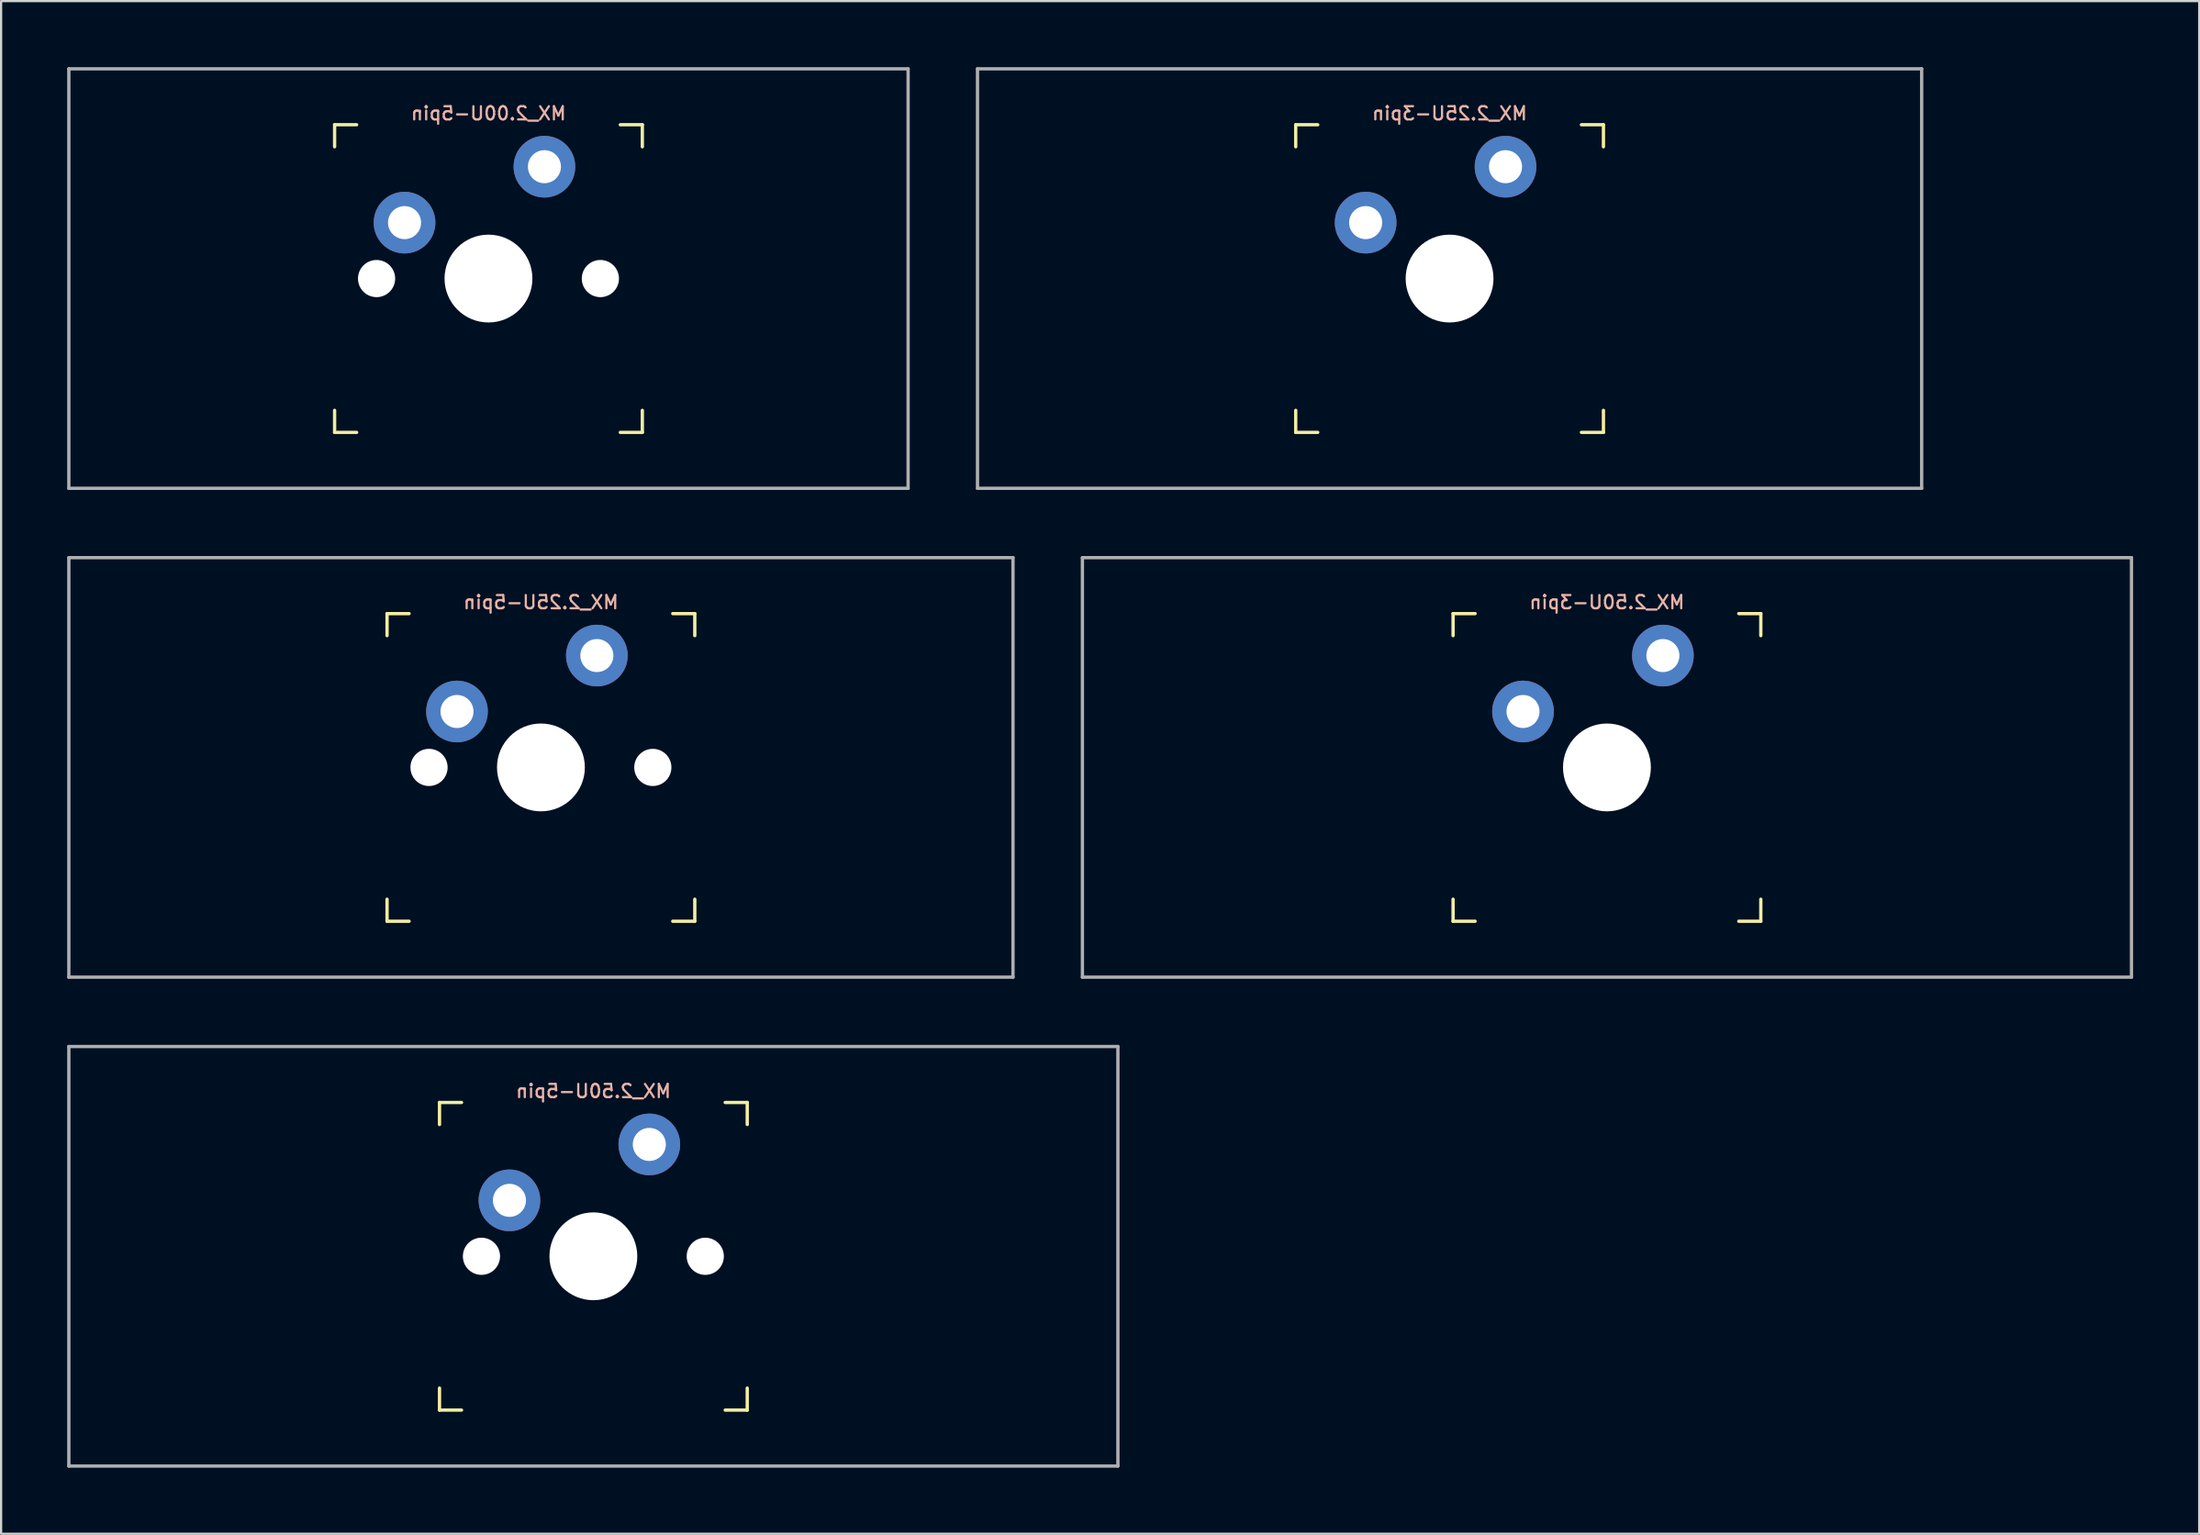
<source format=kicad_pcb>
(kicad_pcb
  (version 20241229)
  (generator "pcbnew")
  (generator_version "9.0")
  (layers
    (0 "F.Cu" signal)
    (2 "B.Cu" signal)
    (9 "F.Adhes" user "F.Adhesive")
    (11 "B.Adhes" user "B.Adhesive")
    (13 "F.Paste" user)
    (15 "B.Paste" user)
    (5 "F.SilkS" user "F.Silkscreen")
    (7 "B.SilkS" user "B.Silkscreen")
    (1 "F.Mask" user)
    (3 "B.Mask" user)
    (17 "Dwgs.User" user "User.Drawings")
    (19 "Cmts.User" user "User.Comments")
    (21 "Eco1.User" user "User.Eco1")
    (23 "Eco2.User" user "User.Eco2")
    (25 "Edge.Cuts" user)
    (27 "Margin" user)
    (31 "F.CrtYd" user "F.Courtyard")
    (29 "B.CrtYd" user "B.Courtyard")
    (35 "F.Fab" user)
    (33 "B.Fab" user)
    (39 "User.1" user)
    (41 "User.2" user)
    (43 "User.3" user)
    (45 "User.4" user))
  (footprint "MX_2.25U-3pin"
    (layer "F.Cu")
    (at 62.756 9.6)
    (property "Reference" "MX_2.25U-3pin" (at 0 -7.5 0) (layer "B.SilkS") (effects (font (size 0.6 0.6) (thickness 0.1)) (justify mirror)))
    (attr smd)
    (fp_line (start -6.985 -5.985) (end -6.985 -6.985) (stroke (width 0.15) (type solid)) (layer "F.SilkS"))
    (fp_line (start -6.985 6.985) (end -6.985 5.985) (stroke (width 0.15) (type solid)) (layer "F.SilkS"))
    (fp_line (start -6.985 6.985) (end -5.985 6.985) (stroke (width 0.15) (type solid)) (layer "F.SilkS"))
    (fp_line (start -5.985 -6.985) (end -6.985 -6.985) (stroke (width 0.15) (type solid)) (layer "F.SilkS"))
    (fp_line (start 5.985 6.985) (end 6.985 6.985) (stroke (width 0.15) (type solid)) (layer "F.SilkS"))
    (fp_line (start 6.985 -6.985) (end 5.985 -6.985) (stroke (width 0.15) (type solid)) (layer "F.SilkS"))
    (fp_line (start 6.985 -6.985) (end 6.985 -5.985) (stroke (width 0.15) (type solid)) (layer "F.SilkS"))
    (fp_line (start 6.985 5.985) (end 6.985 6.985) (stroke (width 0.15) (type solid)) (layer "F.SilkS"))
    (fp_line (start -6.985 6.985) (end -6.985 -6.985) (stroke (width 0.15) (type solid)) (layer "Eco2.User"))
    (fp_line (start -6.985 6.985) (end 6.985 6.985) (stroke (width 0.15) (type solid)) (layer "Eco2.User"))
    (fp_line (start 6.985 -6.985) (end -6.985 -6.985) (stroke (width 0.15) (type solid)) (layer "Eco2.User"))
    (fp_line (start 6.985 -6.985) (end 6.985 6.985) (stroke (width 0.15) (type solid)) (layer "Eco2.User"))
    (fp_line (start -21.431 -9.525) (end 21.431 -9.525) (stroke (width 0.15) (type solid)) (layer "F.Fab"))
    (fp_line (start -21.431 9.525) (end -21.431 -9.525) (stroke (width 0.15) (type solid)) (layer "F.Fab"))
    (fp_line (start 21.431 -9.525) (end 21.431 9.525) (stroke (width 0.15) (type solid)) (layer "F.Fab"))
    (fp_line (start 21.431 9.525) (end -21.431 9.525) (stroke (width 0.15) (type solid)) (layer "F.Fab"))
    (pad "" np_thru_hole circle (at 0 0) (size 3.988 3.988) (drill 3.988) (layers "*.Cu" "*.Mask"))
    (pad "1" thru_hole circle (at 2.54 -5.08 90) (size 2.8 2.8) (drill 1.5) (layers "*.Cu" "*.Mask"))
    (pad "2" thru_hole circle (at -3.81 -2.54) (size 2.8 2.8) (drill 1.5) (layers "*.Cu" "*.Mask")))
  (footprint "MX_2.50U-3pin"
    (layer "F.Cu")
    (at 69.9 31.8)
    (property "Reference" "MX_2.50U-3pin" (at 0 -7.5 0) (layer "B.SilkS") (effects (font (size 0.6 0.6) (thickness 0.1)) (justify mirror)))
    (attr smd)
    (fp_line (start -6.985 -5.985) (end -6.985 -6.985) (stroke (width 0.15) (type solid)) (layer "F.SilkS"))
    (fp_line (start -6.985 6.985) (end -6.985 5.985) (stroke (width 0.15) (type solid)) (layer "F.SilkS"))
    (fp_line (start -6.985 6.985) (end -5.985 6.985) (stroke (width 0.15) (type solid)) (layer "F.SilkS"))
    (fp_line (start -5.985 -6.985) (end -6.985 -6.985) (stroke (width 0.15) (type solid)) (layer "F.SilkS"))
    (fp_line (start 5.985 6.985) (end 6.985 6.985) (stroke (width 0.15) (type solid)) (layer "F.SilkS"))
    (fp_line (start 6.985 -6.985) (end 5.985 -6.985) (stroke (width 0.15) (type solid)) (layer "F.SilkS"))
    (fp_line (start 6.985 -6.985) (end 6.985 -5.985) (stroke (width 0.15) (type solid)) (layer "F.SilkS"))
    (fp_line (start 6.985 5.985) (end 6.985 6.985) (stroke (width 0.15) (type solid)) (layer "F.SilkS"))
    (fp_line (start -6.985 6.985) (end -6.985 -6.985) (stroke (width 0.15) (type solid)) (layer "Eco2.User"))
    (fp_line (start -6.985 6.985) (end 6.985 6.985) (stroke (width 0.15) (type solid)) (layer "Eco2.User"))
    (fp_line (start 6.985 -6.985) (end -6.985 -6.985) (stroke (width 0.15) (type solid)) (layer "Eco2.User"))
    (fp_line (start 6.985 -6.985) (end 6.985 6.985) (stroke (width 0.15) (type solid)) (layer "Eco2.User"))
    (fp_line (start -23.812 -9.525) (end 23.812 -9.525) (stroke (width 0.15) (type solid)) (layer "F.Fab"))
    (fp_line (start -23.812 9.525) (end -23.812 -9.525) (stroke (width 0.15) (type solid)) (layer "F.Fab"))
    (fp_line (start 23.812 -9.525) (end 23.812 9.525) (stroke (width 0.15) (type solid)) (layer "F.Fab"))
    (fp_line (start 23.812 9.525) (end -23.812 9.525) (stroke (width 0.15) (type solid)) (layer "F.Fab"))
    (pad "" np_thru_hole circle (at 0 0) (size 3.988 3.988) (drill 3.988) (layers "*.Cu" "*.Mask"))
    (pad "1" thru_hole circle (at 2.54 -5.08 90) (size 2.8 2.8) (drill 1.5) (layers "*.Cu" "*.Mask"))
    (pad "2" thru_hole circle (at -3.81 -2.54) (size 2.8 2.8) (drill 1.5) (layers "*.Cu" "*.Mask")))
  (footprint "MX_2.00U-5pin"
    (layer "F.Cu")
    (at 19.125 9.6)
    (property "Reference" "MX_2.00U-5pin" (at 0 -7.5 0) (layer "B.SilkS") (effects (font (size 0.6 0.6) (thickness 0.1)) (justify mirror)))
    (attr smd)
    (fp_line (start -6.985 -5.985) (end -6.985 -6.985) (stroke (width 0.15) (type solid)) (layer "F.SilkS"))
    (fp_line (start -6.985 6.985) (end -6.985 5.985) (stroke (width 0.15) (type solid)) (layer "F.SilkS"))
    (fp_line (start -6.985 6.985) (end -5.985 6.985) (stroke (width 0.15) (type solid)) (layer "F.SilkS"))
    (fp_line (start -5.985 -6.985) (end -6.985 -6.985) (stroke (width 0.15) (type solid)) (layer "F.SilkS"))
    (fp_line (start 5.985 6.985) (end 6.985 6.985) (stroke (width 0.15) (type solid)) (layer "F.SilkS"))
    (fp_line (start 6.985 -6.985) (end 5.985 -6.985) (stroke (width 0.15) (type solid)) (layer "F.SilkS"))
    (fp_line (start 6.985 -6.985) (end 6.985 -5.985) (stroke (width 0.15) (type solid)) (layer "F.SilkS"))
    (fp_line (start 6.985 5.985) (end 6.985 6.985) (stroke (width 0.15) (type solid)) (layer "F.SilkS"))
    (fp_line (start -6.985 6.985) (end -6.985 -6.985) (stroke (width 0.15) (type solid)) (layer "Eco2.User"))
    (fp_line (start -6.985 6.985) (end 6.985 6.985) (stroke (width 0.15) (type solid)) (layer "Eco2.User"))
    (fp_line (start 6.985 -6.985) (end -6.985 -6.985) (stroke (width 0.15) (type solid)) (layer "Eco2.User"))
    (fp_line (start 6.985 -6.985) (end 6.985 6.985) (stroke (width 0.15) (type solid)) (layer "Eco2.User"))
    (fp_line (start -19.05 -9.525) (end 19.05 -9.525) (stroke (width 0.15) (type solid)) (layer "F.Fab"))
    (fp_line (start -19.05 9.525) (end -19.05 -9.525) (stroke (width 0.15) (type solid)) (layer "F.Fab"))
    (fp_line (start 19.05 -9.525) (end 19.05 9.525) (stroke (width 0.15) (type solid)) (layer "F.Fab"))
    (fp_line (start 19.05 9.525) (end -19.05 9.525) (stroke (width 0.15) (type solid)) (layer "F.Fab"))
    (pad "" np_thru_hole circle (at -5.08 0) (size 1.688 1.688) (drill 1.688) (layers "*.Cu" "*.Mask"))
    (pad "" np_thru_hole circle (at 0 0) (size 3.988 3.988) (drill 3.988) (layers "*.Cu" "*.Mask"))
    (pad "" np_thru_hole circle (at 5.08 0) (size 1.688 1.688) (drill 1.688) (layers "*.Cu" "*.Mask"))
    (pad "1" thru_hole circle (at 2.54 -5.08 90) (size 2.8 2.8) (drill 1.5) (layers "*.Cu" "*.Mask"))
    (pad "2" thru_hole circle (at -3.81 -2.54) (size 2.8 2.8) (drill 1.5) (layers "*.Cu" "*.Mask")))
  (footprint "MX_2.25U-5pin"
    (layer "F.Cu")
    (at 21.506 31.8)
    (property "Reference" "MX_2.25U-5pin" (at 0 -7.5 0) (layer "B.SilkS") (effects (font (size 0.6 0.6) (thickness 0.1)) (justify mirror)))
    (attr smd)
    (fp_line (start -6.985 -5.985) (end -6.985 -6.985) (stroke (width 0.15) (type solid)) (layer "F.SilkS"))
    (fp_line (start -6.985 6.985) (end -6.985 5.985) (stroke (width 0.15) (type solid)) (layer "F.SilkS"))
    (fp_line (start -6.985 6.985) (end -5.985 6.985) (stroke (width 0.15) (type solid)) (layer "F.SilkS"))
    (fp_line (start -5.985 -6.985) (end -6.985 -6.985) (stroke (width 0.15) (type solid)) (layer "F.SilkS"))
    (fp_line (start 5.985 6.985) (end 6.985 6.985) (stroke (width 0.15) (type solid)) (layer "F.SilkS"))
    (fp_line (start 6.985 -6.985) (end 5.985 -6.985) (stroke (width 0.15) (type solid)) (layer "F.SilkS"))
    (fp_line (start 6.985 -6.985) (end 6.985 -5.985) (stroke (width 0.15) (type solid)) (layer "F.SilkS"))
    (fp_line (start 6.985 5.985) (end 6.985 6.985) (stroke (width 0.15) (type solid)) (layer "F.SilkS"))
    (fp_line (start -6.985 6.985) (end -6.985 -6.985) (stroke (width 0.15) (type solid)) (layer "Eco2.User"))
    (fp_line (start -6.985 6.985) (end 6.985 6.985) (stroke (width 0.15) (type solid)) (layer "Eco2.User"))
    (fp_line (start 6.985 -6.985) (end -6.985 -6.985) (stroke (width 0.15) (type solid)) (layer "Eco2.User"))
    (fp_line (start 6.985 -6.985) (end 6.985 6.985) (stroke (width 0.15) (type solid)) (layer "Eco2.User"))
    (fp_line (start -21.431 -9.525) (end 21.431 -9.525) (stroke (width 0.15) (type solid)) (layer "F.Fab"))
    (fp_line (start -21.431 9.525) (end -21.431 -9.525) (stroke (width 0.15) (type solid)) (layer "F.Fab"))
    (fp_line (start 21.431 -9.525) (end 21.431 9.525) (stroke (width 0.15) (type solid)) (layer "F.Fab"))
    (fp_line (start 21.431 9.525) (end -21.431 9.525) (stroke (width 0.15) (type solid)) (layer "F.Fab"))
    (pad "" np_thru_hole circle (at -5.08 0) (size 1.688 1.688) (drill 1.688) (layers "*.Cu" "*.Mask"))
    (pad "" np_thru_hole circle (at 0 0) (size 3.988 3.988) (drill 3.988) (layers "*.Cu" "*.Mask"))
    (pad "" np_thru_hole circle (at 5.08 0) (size 1.688 1.688) (drill 1.688) (layers "*.Cu" "*.Mask"))
    (pad "1" thru_hole circle (at 2.54 -5.08 90) (size 2.8 2.8) (drill 1.5) (layers "*.Cu" "*.Mask"))
    (pad "2" thru_hole circle (at -3.81 -2.54) (size 2.8 2.8) (drill 1.5) (layers "*.Cu" "*.Mask")))
  (footprint "MX_2.50U-5pin"
    (layer "F.Cu")
    (at 23.887 54)
    (property "Reference" "MX_2.50U-5pin" (at 0 -7.5 0) (layer "B.SilkS") (effects (font (size 0.6 0.6) (thickness 0.1)) (justify mirror)))
    (attr smd)
    (fp_line (start -6.985 -5.985) (end -6.985 -6.985) (stroke (width 0.15) (type solid)) (layer "F.SilkS"))
    (fp_line (start -6.985 6.985) (end -6.985 5.985) (stroke (width 0.15) (type solid)) (layer "F.SilkS"))
    (fp_line (start -6.985 6.985) (end -5.985 6.985) (stroke (width 0.15) (type solid)) (layer "F.SilkS"))
    (fp_line (start -5.985 -6.985) (end -6.985 -6.985) (stroke (width 0.15) (type solid)) (layer "F.SilkS"))
    (fp_line (start 5.985 6.985) (end 6.985 6.985) (stroke (width 0.15) (type solid)) (layer "F.SilkS"))
    (fp_line (start 6.985 -6.985) (end 5.985 -6.985) (stroke (width 0.15) (type solid)) (layer "F.SilkS"))
    (fp_line (start 6.985 -6.985) (end 6.985 -5.985) (stroke (width 0.15) (type solid)) (layer "F.SilkS"))
    (fp_line (start 6.985 5.985) (end 6.985 6.985) (stroke (width 0.15) (type solid)) (layer "F.SilkS"))
    (fp_line (start -6.985 6.985) (end -6.985 -6.985) (stroke (width 0.15) (type solid)) (layer "Eco2.User"))
    (fp_line (start -6.985 6.985) (end 6.985 6.985) (stroke (width 0.15) (type solid)) (layer "Eco2.User"))
    (fp_line (start 6.985 -6.985) (end -6.985 -6.985) (stroke (width 0.15) (type solid)) (layer "Eco2.User"))
    (fp_line (start 6.985 -6.985) (end 6.985 6.985) (stroke (width 0.15) (type solid)) (layer "Eco2.User"))
    (fp_line (start -23.812 -9.525) (end 23.812 -9.525) (stroke (width 0.15) (type solid)) (layer "F.Fab"))
    (fp_line (start -23.812 9.525) (end -23.812 -9.525) (stroke (width 0.15) (type solid)) (layer "F.Fab"))
    (fp_line (start 23.812 -9.525) (end 23.812 9.525) (stroke (width 0.15) (type solid)) (layer "F.Fab"))
    (fp_line (start 23.812 9.525) (end -23.812 9.525) (stroke (width 0.15) (type solid)) (layer "F.Fab"))
    (pad "" np_thru_hole circle (at -5.08 0) (size 1.688 1.688) (drill 1.688) (layers "*.Cu" "*.Mask"))
    (pad "" np_thru_hole circle (at 0 0) (size 3.988 3.988) (drill 3.988) (layers "*.Cu" "*.Mask"))
    (pad "" np_thru_hole circle (at 5.08 0) (size 1.688 1.688) (drill 1.688) (layers "*.Cu" "*.Mask"))
    (pad "1" thru_hole circle (at 2.54 -5.08 90) (size 2.8 2.8) (drill 1.5) (layers "*.Cu" "*.Mask"))
    (pad "2" thru_hole circle (at -3.81 -2.54) (size 2.8 2.8) (drill 1.5) (layers "*.Cu" "*.Mask")))
  (gr_rect
    (start -3 -3)
    (end 96.787 66.6)
    (stroke (width 0.1) (type default))
    (fill no)
    (layer "Edge.Cuts")))
</source>
